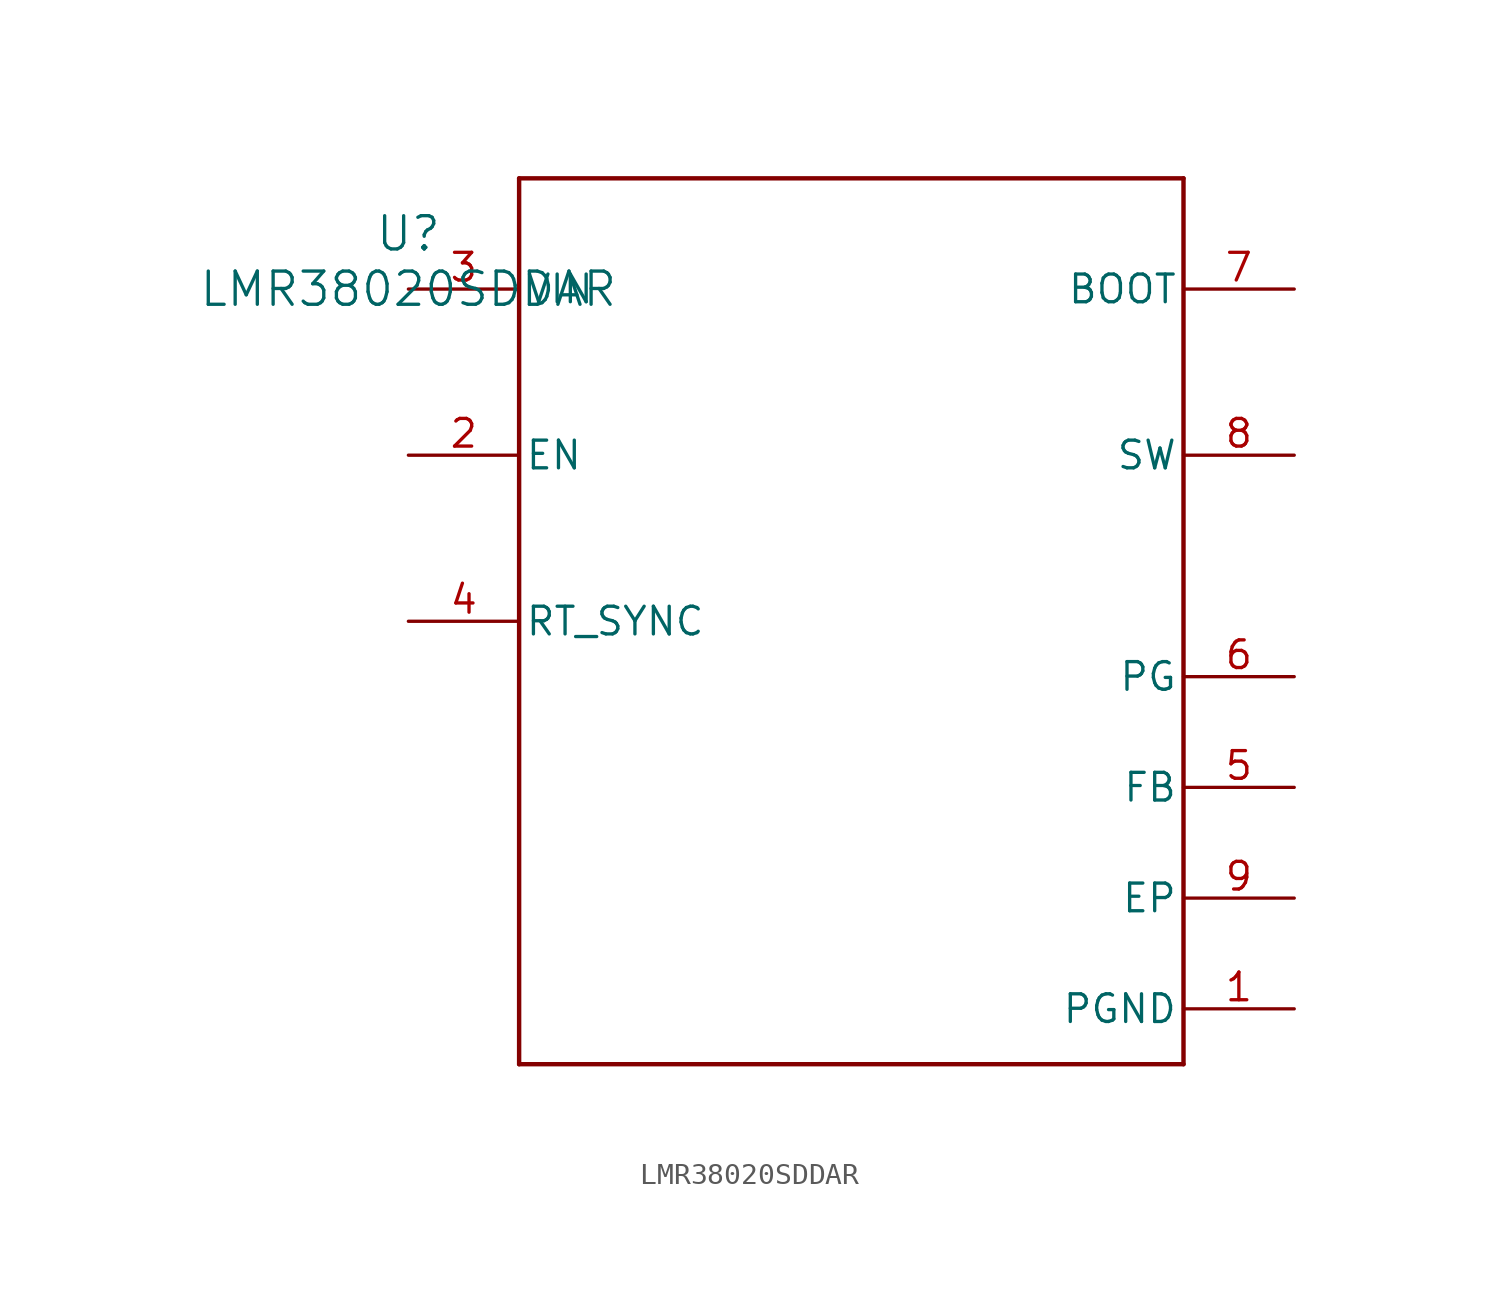
<source format=kicad_sym>
(kicad_symbol_lib
  (version 20241209)
  (generator "kicad_symbol_editor")
  (generator_version "9.0")
  (symbol "LMR38020SDDAR"
    (pin_names
      (offset 0.254))
    (property "Reference" "U"
      (at 0 2.54 0)
      (effects (font (size 1.524 1.524))))
    (property "Value" "LMR38020SDDAR"
      (at 0 0 0)
      (effects (font (size 1.524 1.524))))
    (property "ki_locked" ""
      (at 0 0 0)
      (effects (font (size 1.27 1.27))))
    (symbol "LMR38020SDDAR_0_1"
      (polyline (pts (xy 5.08 5.08) (xy 5.08 -35.56)) (stroke (width 0.203) (type default)) (fill (type none)))
      (polyline (pts (xy 5.08 -35.56) (xy 35.56 -35.56)) (stroke (width 0.203) (type default)) (fill (type none)))
      (polyline (pts (xy 35.56 5.08) (xy 5.08 5.08)) (stroke (width 0.203) (type default)) (fill (type none)))
      (polyline (pts (xy 35.56 -35.56) (xy 35.56 5.08)) (stroke (width 0.203) (type default)) (fill (type none)))
      (pin power_in line (at 0 0 0) (length 5.08) (name "VIN" (effects (font (size 1.27 1.27)))) (number "3" (effects (font (size 1.27 1.27)))))
      (pin input line (at 0 -7.62 0) (length 5.08) (name "EN" (effects (font (size 1.27 1.27)))) (number "2" (effects (font (size 1.27 1.27)))))
      (pin unspecified line (at 0 -15.24 0) (length 5.08) (name "RT_SYNC" (effects (font (size 1.27 1.27)))) (number "4" (effects (font (size 1.27 1.27)))))
      (pin unspecified line (at 40.64 0 180) (length 5.08) (name "BOOT" (effects (font (size 1.27 1.27)))) (number "7" (effects (font (size 1.27 1.27)))))
      (pin unspecified line (at 40.64 -7.62 180) (length 5.08) (name "SW" (effects (font (size 1.27 1.27)))) (number "8" (effects (font (size 1.27 1.27)))))
      (pin open_collector line (at 40.64 -17.78 180) (length 5.08) (name "PG" (effects (font (size 1.27 1.27)))) (number "6" (effects (font (size 1.27 1.27)))))
      (pin unspecified line (at 40.64 -22.86 180) (length 5.08) (name "FB" (effects (font (size 1.27 1.27)))) (number "5" (effects (font (size 1.27 1.27)))))
      (pin unspecified line (at 40.64 -27.94 180) (length 5.08) (name "EP" (effects (font (size 1.27 1.27)))) (number "9" (effects (font (size 1.27 1.27)))))
      (pin power_in line (at 40.64 -33.02 180) (length 5.08) (name "PGND" (effects (font (size 1.27 1.27)))) (number "1" (effects (font (size 1.27 1.27))))))))
</source>
